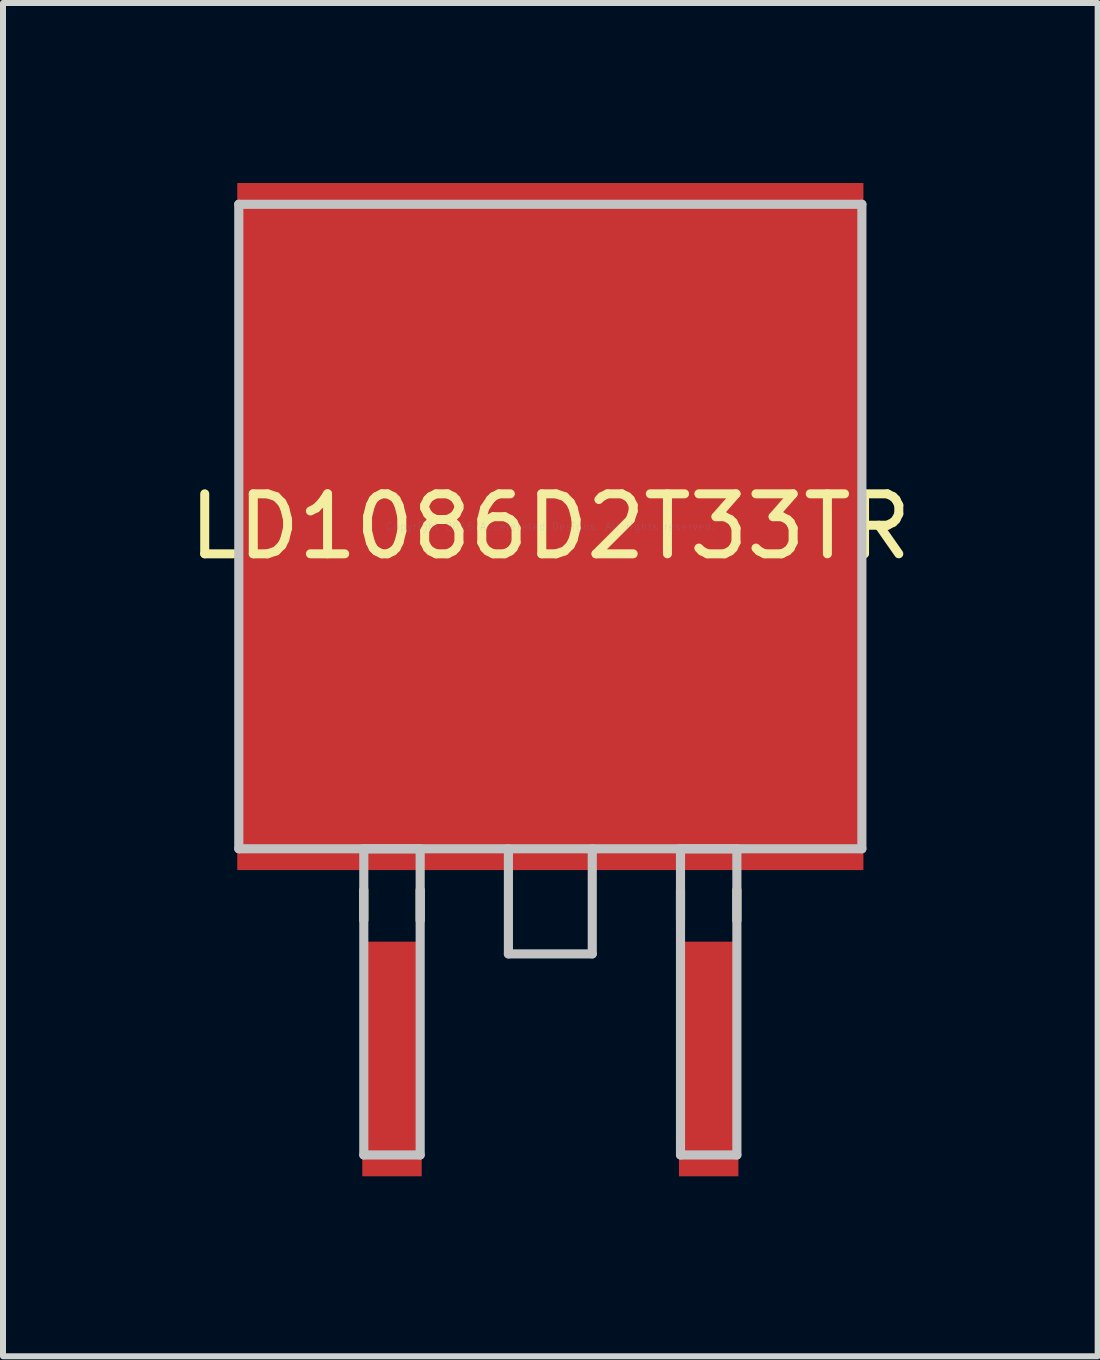
<source format=kicad_pcb>
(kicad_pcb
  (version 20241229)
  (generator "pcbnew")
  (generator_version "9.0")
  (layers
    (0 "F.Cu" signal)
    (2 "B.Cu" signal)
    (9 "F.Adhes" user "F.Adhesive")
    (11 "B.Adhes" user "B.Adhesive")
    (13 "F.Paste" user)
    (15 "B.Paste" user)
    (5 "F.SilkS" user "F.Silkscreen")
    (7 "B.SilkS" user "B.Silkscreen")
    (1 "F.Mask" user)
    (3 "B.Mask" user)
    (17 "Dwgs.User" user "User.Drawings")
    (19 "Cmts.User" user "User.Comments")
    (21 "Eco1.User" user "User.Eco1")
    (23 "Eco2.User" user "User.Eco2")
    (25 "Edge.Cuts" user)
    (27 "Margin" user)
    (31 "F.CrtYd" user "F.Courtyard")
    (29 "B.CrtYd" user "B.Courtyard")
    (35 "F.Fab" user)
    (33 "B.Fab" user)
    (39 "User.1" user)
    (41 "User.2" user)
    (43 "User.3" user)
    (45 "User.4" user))
  (footprint "LD1086D2T33TR"
    (layer "F.Cu")
    (at 6.125 5.728)
    (property "Reference" "LD1086D2T33TR" (at 0 0 0) (layer "F.SilkS") (effects (font (size 1 1) (thickness 0.15))))
    (attr through_hole)
    (fp_line (start -3.11 6.06) (end -3.11 6.566) (stroke (width 0.152) (type solid)) (layer "F.SilkS"))
    (fp_line (start -2.17 6.06) (end -2.17 6.566) (stroke (width 0.152) (type solid)) (layer "F.SilkS"))
    (fp_line (start 2.17 6.06) (end 2.17 6.566) (stroke (width 0.152) (type solid)) (layer "F.SilkS"))
    (fp_line (start 3.11 6.06) (end 3.11 6.566) (stroke (width 0.152) (type solid)) (layer "F.SilkS"))
    (fp_line (start -5.194 -5.372) (end -5.194 5.372) (stroke (width 0.152) (type solid)) (layer "Dwgs.User"))
    (fp_line (start -5.194 5.372) (end 5.194 5.372) (stroke (width 0.152) (type solid)) (layer "Dwgs.User"))
    (fp_line (start -3.11 5.372) (end -3.11 10.477) (stroke (width 0.152) (type solid)) (layer "Dwgs.User"))
    (fp_line (start -3.11 10.477) (end -2.17 10.477) (stroke (width 0.152) (type solid)) (layer "Dwgs.User"))
    (fp_line (start -2.17 5.372) (end -3.11 5.372) (stroke (width 0.152) (type solid)) (layer "Dwgs.User"))
    (fp_line (start -2.17 10.477) (end -2.17 5.372) (stroke (width 0.152) (type solid)) (layer "Dwgs.User"))
    (fp_line (start -0.699 5.372) (end -0.699 7.125) (stroke (width 0.152) (type solid)) (layer "Dwgs.User"))
    (fp_line (start -0.699 7.125) (end 0.699 7.125) (stroke (width 0.152) (type solid)) (layer "Dwgs.User"))
    (fp_line (start 0.699 7.125) (end 0.699 5.372) (stroke (width 0.152) (type solid)) (layer "Dwgs.User"))
    (fp_line (start 2.17 5.372) (end 2.17 10.477) (stroke (width 0.152) (type solid)) (layer "Dwgs.User"))
    (fp_line (start 2.17 10.477) (end 3.11 10.477) (stroke (width 0.152) (type solid)) (layer "Dwgs.User"))
    (fp_line (start 3.11 5.372) (end 2.17 5.372) (stroke (width 0.152) (type solid)) (layer "Dwgs.User"))
    (fp_line (start 3.11 10.477) (end 3.11 5.372) (stroke (width 0.152) (type solid)) (layer "Dwgs.User"))
    (fp_line (start 5.194 -5.372) (end -5.194 -5.372) (stroke (width 0.152) (type solid)) (layer "Dwgs.User"))
    (fp_line (start 5.194 5.372) (end 5.194 -5.372) (stroke (width 0.152) (type solid)) (layer "Dwgs.User"))
    (fp_text user "Copyright 2016 Accelerated Designs. All rights reserved." (at 0 0 0) (layer "Cmts.User") (effects (font (size 0.127 0.127) (thickness 0.002))))
    (pad "1" smd rect (at -2.64 8.877) (size 0.991 3.912) (layers "F.Cu" "F.Mask" "F.Paste"))
    (pad "2" smd rect (at 0 0) (size 10.439 11.455) (layers "F.Cu" "F.Mask" "F.Paste"))
    (pad "3" smd rect (at 2.64 8.877) (size 0.991 3.912) (layers "F.Cu" "F.Mask" "F.Paste")))
  (gr_rect
    (start -3 -3)
    (end 15.25 19.561)
    (stroke (width 0.1) (type default))
    (fill no)
    (layer "Edge.Cuts")))
</source>
